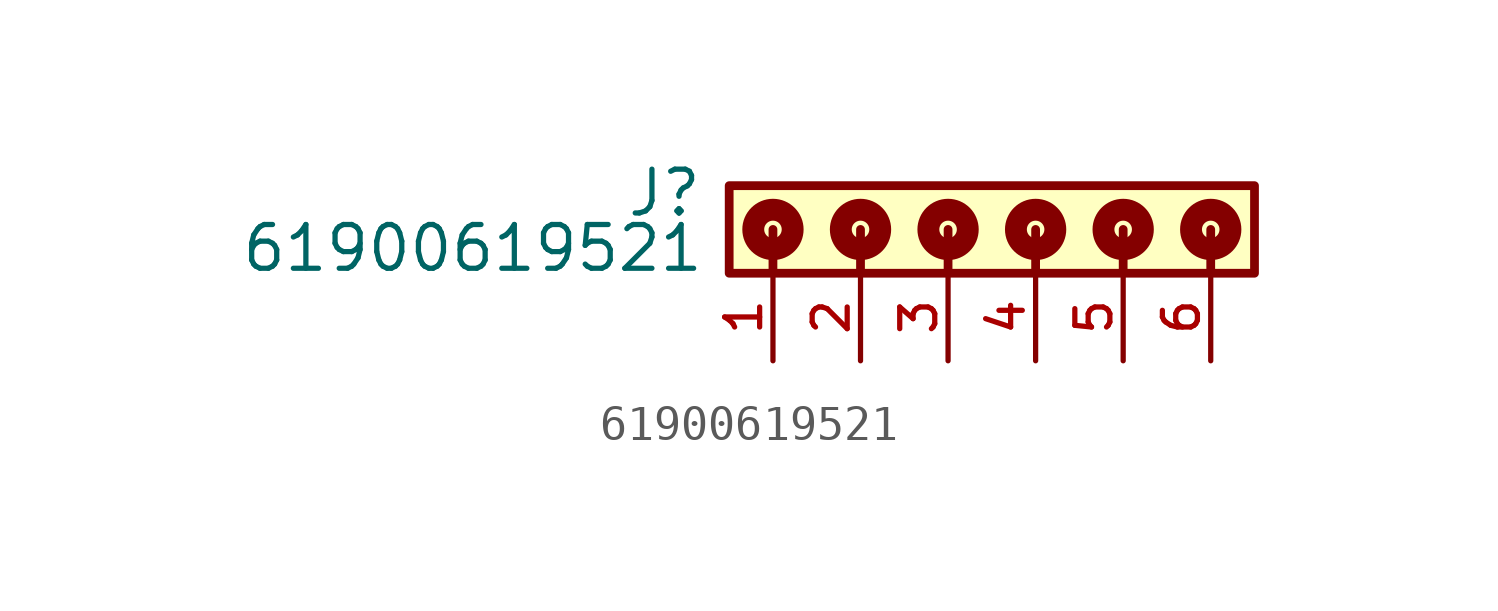
<source format=kicad_sym>
(kicad_symbol_lib
  (version 20211014)
  (generator kicad_symbol_editor)
  (symbol "61900619521"
    (pin_names
      (offset 1.016))
    (property "Reference" "J"
      (at -7.1 -0.955 0)
      (effects (font (size 1.27 1.27)) (justify bottom right)))
    (property "Value" "61900619521"
      (at -7.04 -2.56 0)
      (effects (font (size 1.27 1.27)) (justify bottom right)))
    (symbol "61900619521_0_0"
      (polyline (pts (xy -5.08 -1.27) (xy -5.08 -2.54)) (stroke (width 0.254)))
      (polyline (pts (xy -2.54 -1.27) (xy -2.54 -2.54)) (stroke (width 0.254)))
      (polyline (pts (xy 0.0 -1.27) (xy 0.0 -2.54)) (stroke (width 0.254)))
      (polyline (pts (xy 2.54 -1.27) (xy 2.54 -2.54)) (stroke (width 0.254)))
      (polyline (pts (xy 5.08 -1.27) (xy 5.08 -2.54)) (stroke (width 0.254)))
      (polyline (pts (xy 7.62 -1.27) (xy 7.62 -2.54)) (stroke (width 0.254)))
      (circle (center -5.08 -1.27) (radius 0.254) (stroke (width 0.635)) (fill (type none)))
      (circle (center -2.54 -1.27) (radius 0.254) (stroke (width 0.635)) (fill (type none)))
      (circle (center 0.0 -1.27) (radius 0.254) (stroke (width 0.635)) (fill (type none)))
      (circle (center 2.54 -1.27) (radius 0.254) (stroke (width 0.635)) (fill (type none)))
      (circle (center 5.08 -1.27) (radius 0.254) (stroke (width 0.635)) (fill (type none)))
      (circle (center 7.62 -1.27) (radius 0.254) (stroke (width 0.635)) (fill (type none)))
      (rectangle (start -6.35 -2.54) (end 8.89 0.0) (stroke (width 0.254)) (fill (type background)))
      (pin passive line (at -5.08 -5.08 90.0) (length 2.54) (name "~" (effects (font (size 1.016 1.016)))) (number "1" (effects (font (size 1.016 1.016)))))
      (pin passive line (at -2.54 -5.08 90.0) (length 2.54) (name "~" (effects (font (size 1.016 1.016)))) (number "2" (effects (font (size 1.016 1.016)))))
      (pin passive line (at 0.0 -5.08 90.0) (length 2.54) (name "~" (effects (font (size 1.016 1.016)))) (number "3" (effects (font (size 1.016 1.016)))))
      (pin passive line (at 2.54 -5.08 90.0) (length 2.54) (name "~" (effects (font (size 1.016 1.016)))) (number "4" (effects (font (size 1.016 1.016)))))
      (pin passive line (at 5.08 -5.08 90.0) (length 2.54) (name "~" (effects (font (size 1.016 1.016)))) (number "5" (effects (font (size 1.016 1.016)))))
      (pin passive line (at 7.62 -5.08 90.0) (length 2.54) (name "~" (effects (font (size 1.016 1.016)))) (number "6" (effects (font (size 1.016 1.016))))))))
</source>
